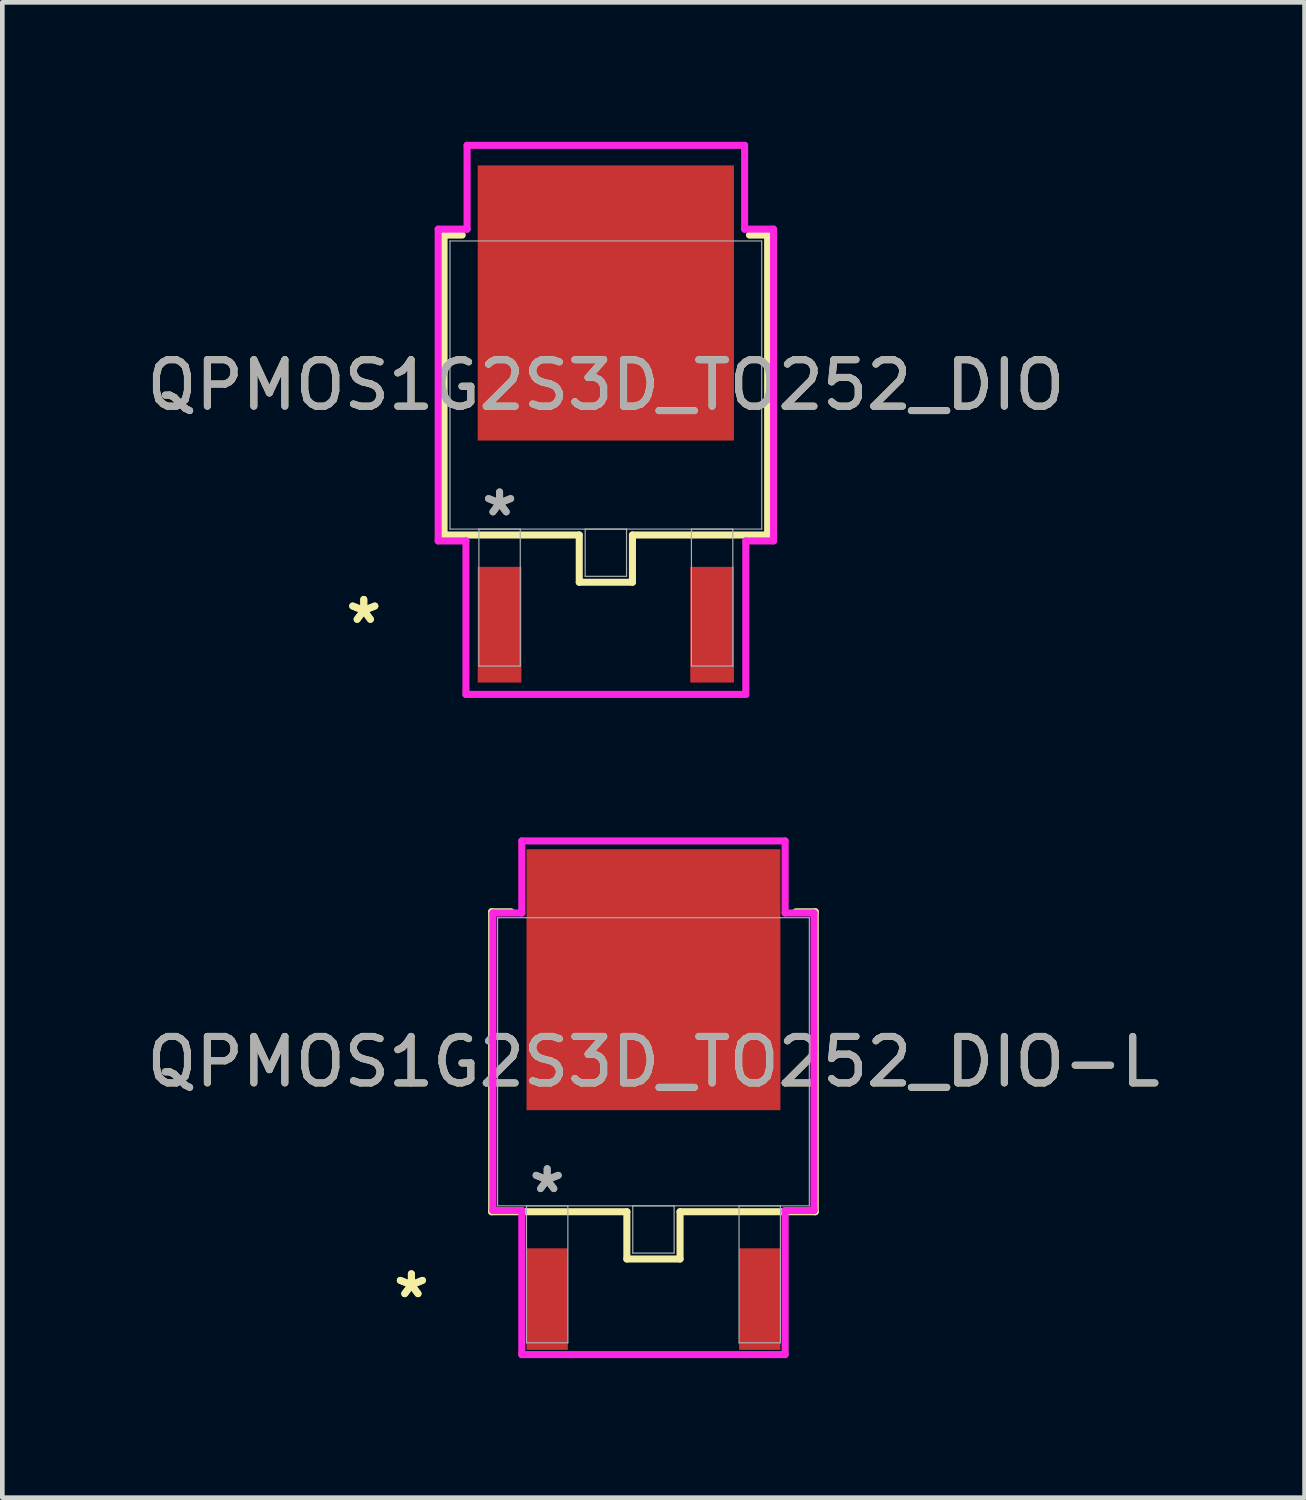
<source format=kicad_pcb>
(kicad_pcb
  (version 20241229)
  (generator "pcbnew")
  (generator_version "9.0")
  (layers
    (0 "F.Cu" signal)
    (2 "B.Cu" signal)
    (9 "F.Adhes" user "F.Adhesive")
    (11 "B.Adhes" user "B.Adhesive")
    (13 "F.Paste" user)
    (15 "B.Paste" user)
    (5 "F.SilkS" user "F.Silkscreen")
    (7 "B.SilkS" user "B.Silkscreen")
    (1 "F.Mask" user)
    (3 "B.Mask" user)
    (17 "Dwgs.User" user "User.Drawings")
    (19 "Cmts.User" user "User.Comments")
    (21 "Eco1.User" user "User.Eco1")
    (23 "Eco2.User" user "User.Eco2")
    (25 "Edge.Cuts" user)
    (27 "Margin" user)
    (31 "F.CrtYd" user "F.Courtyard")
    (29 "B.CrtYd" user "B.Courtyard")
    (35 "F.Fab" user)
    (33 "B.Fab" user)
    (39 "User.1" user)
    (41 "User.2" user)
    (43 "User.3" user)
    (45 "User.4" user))
  (footprint "QPMOS1G2S3D_TO252_DIO"
    (layer "F.Cu")
    (at 9.982 5.232)
    (property "Reference" "QPMOS1G2S3D_TO252_DIO" (at 0 0 0) (unlocked yes) (layer "F.SilkS") (effects (font (size 1 1) (thickness 0.15))))
    (attr smd)
    (fp_line (start -3.48 -3.226) (end -3.48 3.226) (stroke (width 0.152) (type solid)) (layer "F.SilkS"))
    (fp_line (start -3.48 3.226) (end -0.572 3.226) (stroke (width 0.152) (type solid)) (layer "F.SilkS"))
    (fp_line (start -3.089 -3.226) (end -3.48 -3.226) (stroke (width 0.152) (type solid)) (layer "F.SilkS"))
    (fp_line (start -0.572 3.226) (end -0.572 4.242) (stroke (width 0.152) (type solid)) (layer "F.SilkS"))
    (fp_line (start -0.572 4.242) (end 0.572 4.242) (stroke (width 0.152) (type solid)) (layer "F.SilkS"))
    (fp_line (start 0.572 3.226) (end 3.48 3.226) (stroke (width 0.152) (type solid)) (layer "F.SilkS"))
    (fp_line (start 0.572 4.242) (end 0.572 3.226) (stroke (width 0.152) (type solid)) (layer "F.SilkS"))
    (fp_line (start 3.48 -3.226) (end 3.089 -3.226) (stroke (width 0.152) (type solid)) (layer "F.SilkS"))
    (fp_line (start 3.48 3.226) (end 3.48 -3.226) (stroke (width 0.152) (type solid)) (layer "F.SilkS"))
    (fp_line (start -3.607 -3.353) (end -2.985 -3.353) (stroke (width 0.152) (type solid)) (layer "F.CrtYd"))
    (fp_line (start -3.607 3.353) (end -3.607 -3.353) (stroke (width 0.152) (type solid)) (layer "F.CrtYd"))
    (fp_line (start -3.01 3.353) (end -3.607 3.353) (stroke (width 0.152) (type solid)) (layer "F.CrtYd"))
    (fp_line (start -3.01 6.655) (end -3.01 3.353) (stroke (width 0.152) (type solid)) (layer "F.CrtYd"))
    (fp_line (start -2.985 -5.156) (end 2.985 -5.156) (stroke (width 0.152) (type solid)) (layer "F.CrtYd"))
    (fp_line (start -2.985 -3.353) (end -2.985 -5.156) (stroke (width 0.152) (type solid)) (layer "F.CrtYd"))
    (fp_line (start 2.985 -5.156) (end 2.985 -3.353) (stroke (width 0.152) (type solid)) (layer "F.CrtYd"))
    (fp_line (start 2.985 -3.353) (end 3.607 -3.353) (stroke (width 0.152) (type solid)) (layer "F.CrtYd"))
    (fp_line (start 3.01 3.353) (end 3.01 6.655) (stroke (width 0.152) (type solid)) (layer "F.CrtYd"))
    (fp_line (start 3.01 6.655) (end -3.01 6.655) (stroke (width 0.152) (type solid)) (layer "F.CrtYd"))
    (fp_line (start 3.607 -3.353) (end 3.607 3.353) (stroke (width 0.152) (type solid)) (layer "F.CrtYd"))
    (fp_line (start 3.607 3.353) (end 3.01 3.353) (stroke (width 0.152) (type solid)) (layer "F.CrtYd"))
    (fp_line (start -3.353 -3.099) (end -3.353 3.099) (stroke (width 0.025) (type solid)) (layer "F.Fab"))
    (fp_line (start -3.353 3.099) (end 3.353 3.099) (stroke (width 0.025) (type solid)) (layer "F.Fab"))
    (fp_line (start -2.731 3.099) (end -2.731 6.045) (stroke (width 0.025) (type solid)) (layer "F.Fab"))
    (fp_line (start -2.731 6.045) (end -1.841 6.045) (stroke (width 0.025) (type solid)) (layer "F.Fab"))
    (fp_line (start -1.841 3.099) (end -2.731 3.099) (stroke (width 0.025) (type solid)) (layer "F.Fab"))
    (fp_line (start -1.841 6.045) (end -1.841 3.099) (stroke (width 0.025) (type solid)) (layer "F.Fab"))
    (fp_line (start -0.445 3.099) (end -0.445 4.115) (stroke (width 0.025) (type solid)) (layer "F.Fab"))
    (fp_line (start -0.445 4.115) (end 0.445 4.115) (stroke (width 0.025) (type solid)) (layer "F.Fab"))
    (fp_line (start 0.445 3.099) (end -0.445 3.099) (stroke (width 0.025) (type solid)) (layer "F.Fab"))
    (fp_line (start 0.445 4.115) (end 0.445 3.099) (stroke (width 0.025) (type solid)) (layer "F.Fab"))
    (fp_line (start 1.841 3.099) (end 1.841 6.045) (stroke (width 0.025) (type solid)) (layer "F.Fab"))
    (fp_line (start 1.841 6.045) (end 2.731 6.045) (stroke (width 0.025) (type solid)) (layer "F.Fab"))
    (fp_line (start 2.731 3.099) (end 1.841 3.099) (stroke (width 0.025) (type solid)) (layer "F.Fab"))
    (fp_line (start 2.731 6.045) (end 2.731 3.099) (stroke (width 0.025) (type solid)) (layer "F.Fab"))
    (fp_line (start 3.353 -3.099) (end -3.353 -3.099) (stroke (width 0.025) (type solid)) (layer "F.Fab"))
    (fp_line (start 3.353 3.099) (end 3.353 -3.099) (stroke (width 0.025) (type solid)) (layer "F.Fab"))
    (fp_text user "*" (at -5.207 5.156 0) (unlocked yes) (layer "F.SilkS") (effects (font (size 1 1) (thickness 0.15))))
    (fp_text user "*" (at -5.207 5.156 0) (layer "F.SilkS") (effects (font (size 1 1) (thickness 0.15))))
    (fp_text user "*" (at -2.286 2.845 0) (layer "F.Fab") (effects (font (size 1 1) (thickness 0.15))))
    (fp_text user "*" (at -2.286 2.845 0) (unlocked yes) (layer "F.Fab") (effects (font (size 1 1) (thickness 0.15))))
    (fp_text user "${REFERENCE}" (at 0 0 0) (unlocked yes) (layer "F.Fab") (effects (font (size 1 1) (thickness 0.15))))
    (pad "1" smd rect (at -2.286 5.156) (size 0.94 2.489) (layers "F.Cu" "F.Mask" "F.Paste"))
    (pad "2" smd rect (at 2.286 5.156) (size 0.94 2.489) (layers "F.Cu" "F.Mask" "F.Paste"))
    (pad "3" smd rect (at 0 -1.765) (size 5.512 5.918) (layers "F.Cu" "F.Mask" "F.Paste")))
  (footprint "QPMOS1G2S3D_TO252_DIO-L"
    (layer "F.Cu")
    (at 11.006 19.789)
    (property "Reference" "QPMOS1G2S3D_TO252_DIO-L" (at 0 0 0) (unlocked yes) (layer "F.SilkS") (effects (font (size 1 1) (thickness 0.15))))
    (attr smd)
    (fp_line (start -3.48 -3.226) (end -3.48 3.226) (stroke (width 0.152) (type solid)) (layer "F.SilkS"))
    (fp_line (start -3.48 3.226) (end -0.572 3.226) (stroke (width 0.152) (type solid)) (layer "F.SilkS"))
    (fp_line (start -3.063 -3.226) (end -3.48 -3.226) (stroke (width 0.152) (type solid)) (layer "F.SilkS"))
    (fp_line (start -0.572 3.226) (end -0.572 4.242) (stroke (width 0.152) (type solid)) (layer "F.SilkS"))
    (fp_line (start -0.572 4.242) (end 0.572 4.242) (stroke (width 0.152) (type solid)) (layer "F.SilkS"))
    (fp_line (start 0.572 3.226) (end 3.48 3.226) (stroke (width 0.152) (type solid)) (layer "F.SilkS"))
    (fp_line (start 0.572 4.242) (end 0.572 3.226) (stroke (width 0.152) (type solid)) (layer "F.SilkS"))
    (fp_line (start 3.48 -3.226) (end 3.063 -3.226) (stroke (width 0.152) (type solid)) (layer "F.SilkS"))
    (fp_line (start 3.48 3.226) (end 3.48 -3.226) (stroke (width 0.152) (type solid)) (layer "F.SilkS"))
    (fp_line (start -3.454 -3.2) (end -2.832 -3.2) (stroke (width 0.152) (type solid)) (layer "F.CrtYd"))
    (fp_line (start -3.454 3.2) (end -3.454 -3.2) (stroke (width 0.152) (type solid)) (layer "F.CrtYd"))
    (fp_line (start -2.832 -4.75) (end 2.832 -4.75) (stroke (width 0.152) (type solid)) (layer "F.CrtYd"))
    (fp_line (start -2.832 -3.2) (end -2.832 -4.75) (stroke (width 0.152) (type solid)) (layer "F.CrtYd"))
    (fp_line (start -2.832 3.2) (end -3.454 3.2) (stroke (width 0.152) (type solid)) (layer "F.CrtYd"))
    (fp_line (start -2.832 6.299) (end -2.832 3.2) (stroke (width 0.152) (type solid)) (layer "F.CrtYd"))
    (fp_line (start 2.832 -4.75) (end 2.832 -3.2) (stroke (width 0.152) (type solid)) (layer "F.CrtYd"))
    (fp_line (start 2.832 -3.2) (end 3.454 -3.2) (stroke (width 0.152) (type solid)) (layer "F.CrtYd"))
    (fp_line (start 2.832 3.2) (end 2.832 6.299) (stroke (width 0.152) (type solid)) (layer "F.CrtYd"))
    (fp_line (start 2.832 6.299) (end -2.832 6.299) (stroke (width 0.152) (type solid)) (layer "F.CrtYd"))
    (fp_line (start 3.454 -3.2) (end 3.454 3.2) (stroke (width 0.152) (type solid)) (layer "F.CrtYd"))
    (fp_line (start 3.454 3.2) (end 2.832 3.2) (stroke (width 0.152) (type solid)) (layer "F.CrtYd"))
    (fp_line (start -3.353 -3.099) (end -3.353 3.099) (stroke (width 0.025) (type solid)) (layer "F.Fab"))
    (fp_line (start -3.353 3.099) (end 3.353 3.099) (stroke (width 0.025) (type solid)) (layer "F.Fab"))
    (fp_line (start -2.731 3.099) (end -2.731 6.045) (stroke (width 0.025) (type solid)) (layer "F.Fab"))
    (fp_line (start -2.731 6.045) (end -1.841 6.045) (stroke (width 0.025) (type solid)) (layer "F.Fab"))
    (fp_line (start -1.841 3.099) (end -2.731 3.099) (stroke (width 0.025) (type solid)) (layer "F.Fab"))
    (fp_line (start -1.841 6.045) (end -1.841 3.099) (stroke (width 0.025) (type solid)) (layer "F.Fab"))
    (fp_line (start -0.445 3.099) (end -0.445 4.115) (stroke (width 0.025) (type solid)) (layer "F.Fab"))
    (fp_line (start -0.445 4.115) (end 0.445 4.115) (stroke (width 0.025) (type solid)) (layer "F.Fab"))
    (fp_line (start 0.445 3.099) (end -0.445 3.099) (stroke (width 0.025) (type solid)) (layer "F.Fab"))
    (fp_line (start 0.445 4.115) (end 0.445 3.099) (stroke (width 0.025) (type solid)) (layer "F.Fab"))
    (fp_line (start 1.841 3.099) (end 1.841 6.045) (stroke (width 0.025) (type solid)) (layer "F.Fab"))
    (fp_line (start 1.841 6.045) (end 2.731 6.045) (stroke (width 0.025) (type solid)) (layer "F.Fab"))
    (fp_line (start 2.731 3.099) (end 1.841 3.099) (stroke (width 0.025) (type solid)) (layer "F.Fab"))
    (fp_line (start 2.731 6.045) (end 2.731 3.099) (stroke (width 0.025) (type solid)) (layer "F.Fab"))
    (fp_line (start 3.353 -3.099) (end -3.353 -3.099) (stroke (width 0.025) (type solid)) (layer "F.Fab"))
    (fp_line (start 3.353 3.099) (end 3.353 -3.099) (stroke (width 0.025) (type solid)) (layer "F.Fab"))
    (fp_text user "*" (at -5.207 5.105 0) (unlocked yes) (layer "F.SilkS") (effects (font (size 1 1) (thickness 0.15))))
    (fp_text user "*" (at -5.207 5.105 0) (layer "F.SilkS") (effects (font (size 1 1) (thickness 0.15))))
    (fp_text user "*" (at -2.286 2.845 0) (unlocked yes) (layer "F.Fab") (effects (font (size 1 1) (thickness 0.15))))
    (fp_text user "*" (at -2.286 2.845 0) (layer "F.Fab") (effects (font (size 1 1) (thickness 0.15))))
    (fp_text user "${REFERENCE}" (at 0 0 0) (unlocked yes) (layer "F.Fab") (effects (font (size 1 1) (thickness 0.15))))
    (pad "1" smd rect (at -2.286 5.105) (size 0.889 2.184) (layers "F.Cu" "F.Mask" "F.Paste"))
    (pad "2" smd rect (at 2.286 5.105) (size 0.889 2.184) (layers "F.Cu" "F.Mask" "F.Paste"))
    (pad "3" smd rect (at 0 -1.765) (size 5.461 5.613) (layers "F.Cu" "F.Mask" "F.Paste")))
  (gr_rect
    (start -3 -3)
    (end 25.012 29.165)
    (stroke (width 0.1) (type default))
    (fill no)
    (layer "Edge.Cuts")))
</source>
